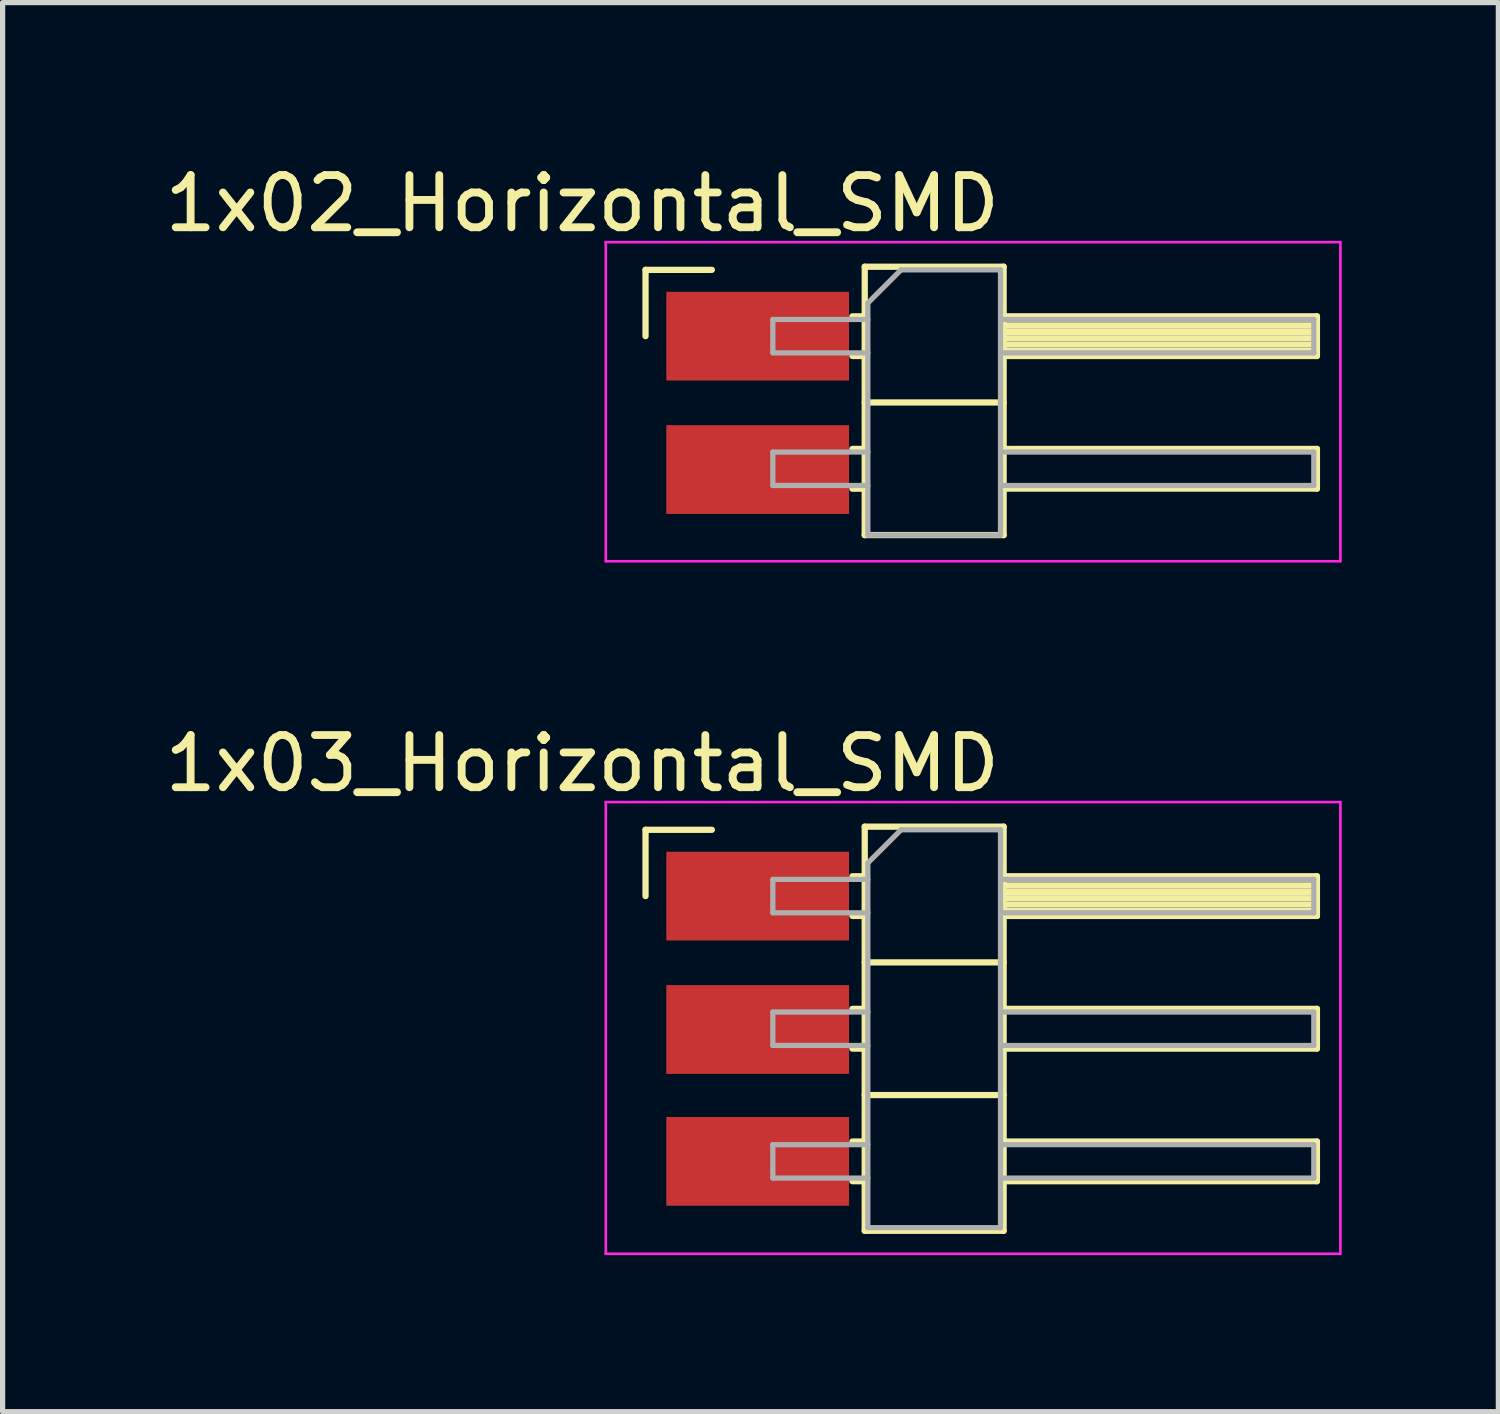
<source format=kicad_pcb>
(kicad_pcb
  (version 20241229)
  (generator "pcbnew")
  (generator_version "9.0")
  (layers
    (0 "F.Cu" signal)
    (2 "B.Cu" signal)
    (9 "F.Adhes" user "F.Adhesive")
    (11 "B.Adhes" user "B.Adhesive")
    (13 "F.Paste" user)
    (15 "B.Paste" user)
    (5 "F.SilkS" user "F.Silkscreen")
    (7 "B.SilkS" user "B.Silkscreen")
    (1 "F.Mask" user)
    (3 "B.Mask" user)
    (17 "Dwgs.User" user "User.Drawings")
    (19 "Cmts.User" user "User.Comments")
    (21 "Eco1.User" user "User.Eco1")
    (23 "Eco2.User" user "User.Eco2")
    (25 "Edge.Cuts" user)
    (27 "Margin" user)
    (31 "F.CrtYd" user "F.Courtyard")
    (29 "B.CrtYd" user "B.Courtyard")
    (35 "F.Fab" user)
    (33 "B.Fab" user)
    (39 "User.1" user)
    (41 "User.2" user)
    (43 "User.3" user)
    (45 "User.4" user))
  (footprint "1x02_Horizontal_SMD"
    (layer "F.Cu")
    (at 12.361 0.848)
    (property "Reference" "1x02_Horizontal_SMD" (at -4.26 0 0) (unlocked yes) (layer "F.SilkS") (effects (font (size 1 1) (thickness 0.15))))
    (attr smd)
    (fp_line (start -3.048 1.27) (end -1.778 1.27) (stroke (width 0.12) (type solid)) (layer "F.SilkS"))
    (fp_line (start -3.048 2.54) (end -3.048 1.27) (stroke (width 0.12) (type solid)) (layer "F.SilkS"))
    (fp_line (start 0.914 2.16) (end 1.15 2.16) (stroke (width 0.12) (type solid)) (layer "F.SilkS"))
    (fp_line (start 0.914 2.92) (end 1.15 2.92) (stroke (width 0.12) (type solid)) (layer "F.SilkS"))
    (fp_line (start 0.914 4.7) (end 1.15 4.7) (stroke (width 0.12) (type solid)) (layer "F.SilkS"))
    (fp_line (start 0.914 5.461) (end 1.15 5.46) (stroke (width 0.12) (type solid)) (layer "F.SilkS"))
    (fp_line (start 1.15 1.21) (end 1.15 6.35) (stroke (width 0.12) (type solid)) (layer "F.SilkS"))
    (fp_line (start 1.15 3.81) (end 3.81 3.81) (stroke (width 0.12) (type solid)) (layer "F.SilkS"))
    (fp_line (start 1.15 6.35) (end 3.81 6.35) (stroke (width 0.12) (type solid)) (layer "F.SilkS"))
    (fp_line (start 3.81 1.21) (end 1.15 1.21) (stroke (width 0.12) (type solid)) (layer "F.SilkS"))
    (fp_line (start 3.81 2.16) (end 9.81 2.16) (stroke (width 0.12) (type solid)) (layer "F.SilkS"))
    (fp_line (start 3.81 2.22) (end 9.81 2.22) (stroke (width 0.12) (type solid)) (layer "F.SilkS"))
    (fp_line (start 3.81 2.34) (end 9.81 2.34) (stroke (width 0.12) (type solid)) (layer "F.SilkS"))
    (fp_line (start 3.81 2.46) (end 9.81 2.46) (stroke (width 0.12) (type solid)) (layer "F.SilkS"))
    (fp_line (start 3.81 2.58) (end 9.81 2.58) (stroke (width 0.12) (type solid)) (layer "F.SilkS"))
    (fp_line (start 3.81 2.7) (end 9.81 2.7) (stroke (width 0.12) (type solid)) (layer "F.SilkS"))
    (fp_line (start 3.81 2.82) (end 9.81 2.82) (stroke (width 0.12) (type solid)) (layer "F.SilkS"))
    (fp_line (start 3.81 4.7) (end 9.81 4.7) (stroke (width 0.12) (type solid)) (layer "F.SilkS"))
    (fp_line (start 3.81 6.35) (end 3.81 1.21) (stroke (width 0.12) (type solid)) (layer "F.SilkS"))
    (fp_line (start 9.81 2.16) (end 9.81 2.92) (stroke (width 0.12) (type solid)) (layer "F.SilkS"))
    (fp_line (start 9.81 2.92) (end 3.81 2.92) (stroke (width 0.12) (type solid)) (layer "F.SilkS"))
    (fp_line (start 9.81 4.7) (end 9.81 5.46) (stroke (width 0.12) (type solid)) (layer "F.SilkS"))
    (fp_line (start 9.81 5.46) (end 3.81 5.46) (stroke (width 0.12) (type solid)) (layer "F.SilkS"))
    (fp_line (start -3.81 0.74) (end -3.81 6.85) (stroke (width 0.05) (type solid)) (layer "F.CrtYd"))
    (fp_line (start -3.81 6.85) (end 10.26 6.85) (stroke (width 0.05) (type solid)) (layer "F.CrtYd"))
    (fp_line (start 10.26 0.74) (end -3.81 0.74) (stroke (width 0.05) (type solid)) (layer "F.CrtYd"))
    (fp_line (start 10.26 6.85) (end 10.26 0.74) (stroke (width 0.05) (type solid)) (layer "F.CrtYd"))
    (fp_line (start -0.61 2.22) (end -0.61 2.86) (stroke (width 0.1) (type solid)) (layer "F.Fab"))
    (fp_line (start -0.61 2.22) (end 1.21 2.22) (stroke (width 0.1) (type solid)) (layer "F.Fab"))
    (fp_line (start -0.61 2.86) (end 1.21 2.86) (stroke (width 0.1) (type solid)) (layer "F.Fab"))
    (fp_line (start -0.61 4.76) (end -0.61 5.4) (stroke (width 0.1) (type solid)) (layer "F.Fab"))
    (fp_line (start -0.61 4.76) (end 1.21 4.76) (stroke (width 0.1) (type solid)) (layer "F.Fab"))
    (fp_line (start -0.61 5.4) (end 1.21 5.4) (stroke (width 0.1) (type solid)) (layer "F.Fab"))
    (fp_line (start 1.21 1.905) (end 1.845 1.27) (stroke (width 0.1) (type solid)) (layer "F.Fab"))
    (fp_line (start 1.21 6.35) (end 1.21 1.905) (stroke (width 0.1) (type solid)) (layer "F.Fab"))
    (fp_line (start 1.845 1.27) (end 3.75 1.27) (stroke (width 0.1) (type solid)) (layer "F.Fab"))
    (fp_line (start 3.75 1.27) (end 3.75 6.35) (stroke (width 0.1) (type solid)) (layer "F.Fab"))
    (fp_line (start 3.75 2.22) (end 9.75 2.22) (stroke (width 0.1) (type solid)) (layer "F.Fab"))
    (fp_line (start 3.75 2.86) (end 9.75 2.86) (stroke (width 0.1) (type solid)) (layer "F.Fab"))
    (fp_line (start 3.75 4.76) (end 9.75 4.76) (stroke (width 0.1) (type solid)) (layer "F.Fab"))
    (fp_line (start 3.75 5.4) (end 9.75 5.4) (stroke (width 0.1) (type solid)) (layer "F.Fab"))
    (fp_line (start 3.75 6.35) (end 1.21 6.35) (stroke (width 0.1) (type solid)) (layer "F.Fab"))
    (fp_line (start 9.75 2.22) (end 9.75 2.86) (stroke (width 0.1) (type solid)) (layer "F.Fab"))
    (fp_line (start 9.75 4.76) (end 9.75 5.4) (stroke (width 0.1) (type solid)) (layer "F.Fab"))
    (pad "1" smd rect (at 0 2.54) (size 3.5 1.7) (drill (offset -0.9 0)) (layers "F.Cu" "F.Mask"))
    (pad "2" smd rect (at 0 5.095) (size 3.5 1.7) (drill (offset -0.9 0)) (layers "F.Cu" "F.Mask")))
  (footprint "1x03_Horizontal_SMD"
    (layer "F.Cu")
    (at 12.361 11.572)
    (property "Reference" "1x03_Horizontal_SMD" (at -4.26 0 0) (unlocked yes) (layer "F.SilkS") (effects (font (size 1 1) (thickness 0.15))))
    (attr smd)
    (fp_line (start -3.048 1.27) (end -1.778 1.27) (stroke (width 0.12) (type solid)) (layer "F.SilkS"))
    (fp_line (start -3.048 2.54) (end -3.048 1.27) (stroke (width 0.12) (type solid)) (layer "F.SilkS"))
    (fp_line (start 0.914 2.16) (end 1.15 2.16) (stroke (width 0.12) (type solid)) (layer "F.SilkS"))
    (fp_line (start 0.914 2.92) (end 1.15 2.92) (stroke (width 0.12) (type solid)) (layer "F.SilkS"))
    (fp_line (start 0.914 4.7) (end 1.15 4.7) (stroke (width 0.12) (type solid)) (layer "F.SilkS"))
    (fp_line (start 0.914 5.461) (end 1.15 5.46) (stroke (width 0.12) (type solid)) (layer "F.SilkS"))
    (fp_line (start 0.914 7.24) (end 1.15 7.24) (stroke (width 0.12) (type solid)) (layer "F.SilkS"))
    (fp_line (start 0.914 8) (end 1.15 8) (stroke (width 0.12) (type solid)) (layer "F.SilkS"))
    (fp_line (start 1.15 1.21) (end 1.15 8.95) (stroke (width 0.12) (type solid)) (layer "F.SilkS"))
    (fp_line (start 1.15 3.81) (end 3.81 3.81) (stroke (width 0.12) (type solid)) (layer "F.SilkS"))
    (fp_line (start 1.15 6.35) (end 3.81 6.35) (stroke (width 0.12) (type solid)) (layer "F.SilkS"))
    (fp_line (start 1.15 8.95) (end 3.81 8.95) (stroke (width 0.12) (type solid)) (layer "F.SilkS"))
    (fp_line (start 3.81 1.21) (end 1.15 1.21) (stroke (width 0.12) (type solid)) (layer "F.SilkS"))
    (fp_line (start 3.81 2.16) (end 9.81 2.16) (stroke (width 0.12) (type solid)) (layer "F.SilkS"))
    (fp_line (start 3.81 2.22) (end 9.81 2.22) (stroke (width 0.12) (type solid)) (layer "F.SilkS"))
    (fp_line (start 3.81 2.34) (end 9.81 2.34) (stroke (width 0.12) (type solid)) (layer "F.SilkS"))
    (fp_line (start 3.81 2.46) (end 9.81 2.46) (stroke (width 0.12) (type solid)) (layer "F.SilkS"))
    (fp_line (start 3.81 2.58) (end 9.81 2.58) (stroke (width 0.12) (type solid)) (layer "F.SilkS"))
    (fp_line (start 3.81 2.7) (end 9.81 2.7) (stroke (width 0.12) (type solid)) (layer "F.SilkS"))
    (fp_line (start 3.81 2.82) (end 9.81 2.82) (stroke (width 0.12) (type solid)) (layer "F.SilkS"))
    (fp_line (start 3.81 4.7) (end 9.81 4.7) (stroke (width 0.12) (type solid)) (layer "F.SilkS"))
    (fp_line (start 3.81 7.24) (end 9.81 7.24) (stroke (width 0.12) (type solid)) (layer "F.SilkS"))
    (fp_line (start 3.81 8.95) (end 3.81 1.21) (stroke (width 0.12) (type solid)) (layer "F.SilkS"))
    (fp_line (start 9.81 2.16) (end 9.81 2.92) (stroke (width 0.12) (type solid)) (layer "F.SilkS"))
    (fp_line (start 9.81 2.92) (end 3.81 2.92) (stroke (width 0.12) (type solid)) (layer "F.SilkS"))
    (fp_line (start 9.81 4.7) (end 9.81 5.46) (stroke (width 0.12) (type solid)) (layer "F.SilkS"))
    (fp_line (start 9.81 5.46) (end 3.81 5.46) (stroke (width 0.12) (type solid)) (layer "F.SilkS"))
    (fp_line (start 9.81 7.24) (end 9.81 8) (stroke (width 0.12) (type solid)) (layer "F.SilkS"))
    (fp_line (start 9.81 8) (end 3.81 8) (stroke (width 0.12) (type solid)) (layer "F.SilkS"))
    (fp_line (start -3.81 0.74) (end -3.81 9.39) (stroke (width 0.05) (type solid)) (layer "F.CrtYd"))
    (fp_line (start -3.81 9.39) (end 10.26 9.39) (stroke (width 0.05) (type solid)) (layer "F.CrtYd"))
    (fp_line (start 10.26 0.74) (end -3.81 0.74) (stroke (width 0.05) (type solid)) (layer "F.CrtYd"))
    (fp_line (start 10.26 9.39) (end 10.26 0.74) (stroke (width 0.05) (type solid)) (layer "F.CrtYd"))
    (fp_line (start -0.61 2.22) (end -0.61 2.86) (stroke (width 0.1) (type solid)) (layer "F.Fab"))
    (fp_line (start -0.61 2.22) (end 1.21 2.22) (stroke (width 0.1) (type solid)) (layer "F.Fab"))
    (fp_line (start -0.61 2.86) (end 1.21 2.86) (stroke (width 0.1) (type solid)) (layer "F.Fab"))
    (fp_line (start -0.61 4.76) (end -0.61 5.4) (stroke (width 0.1) (type solid)) (layer "F.Fab"))
    (fp_line (start -0.61 4.76) (end 1.21 4.76) (stroke (width 0.1) (type solid)) (layer "F.Fab"))
    (fp_line (start -0.61 5.4) (end 1.21 5.4) (stroke (width 0.1) (type solid)) (layer "F.Fab"))
    (fp_line (start -0.61 7.3) (end -0.61 7.94) (stroke (width 0.1) (type solid)) (layer "F.Fab"))
    (fp_line (start -0.61 7.3) (end 1.21 7.3) (stroke (width 0.1) (type solid)) (layer "F.Fab"))
    (fp_line (start -0.61 7.94) (end 1.21 7.94) (stroke (width 0.1) (type solid)) (layer "F.Fab"))
    (fp_line (start 1.21 1.905) (end 1.845 1.27) (stroke (width 0.1) (type solid)) (layer "F.Fab"))
    (fp_line (start 1.21 8.89) (end 1.21 1.905) (stroke (width 0.1) (type solid)) (layer "F.Fab"))
    (fp_line (start 1.845 1.27) (end 3.75 1.27) (stroke (width 0.1) (type solid)) (layer "F.Fab"))
    (fp_line (start 3.75 1.27) (end 3.75 8.89) (stroke (width 0.1) (type solid)) (layer "F.Fab"))
    (fp_line (start 3.75 2.22) (end 9.75 2.22) (stroke (width 0.1) (type solid)) (layer "F.Fab"))
    (fp_line (start 3.75 2.86) (end 9.75 2.86) (stroke (width 0.1) (type solid)) (layer "F.Fab"))
    (fp_line (start 3.75 4.76) (end 9.75 4.76) (stroke (width 0.1) (type solid)) (layer "F.Fab"))
    (fp_line (start 3.75 5.4) (end 9.75 5.4) (stroke (width 0.1) (type solid)) (layer "F.Fab"))
    (fp_line (start 3.75 7.3) (end 9.75 7.3) (stroke (width 0.1) (type solid)) (layer "F.Fab"))
    (fp_line (start 3.75 7.94) (end 9.75 7.94) (stroke (width 0.1) (type solid)) (layer "F.Fab"))
    (fp_line (start 3.75 8.89) (end 1.21 8.89) (stroke (width 0.1) (type solid)) (layer "F.Fab"))
    (fp_line (start 9.75 2.22) (end 9.75 2.86) (stroke (width 0.1) (type solid)) (layer "F.Fab"))
    (fp_line (start 9.75 4.76) (end 9.75 5.4) (stroke (width 0.1) (type solid)) (layer "F.Fab"))
    (fp_line (start 9.75 7.3) (end 9.75 7.94) (stroke (width 0.1) (type solid)) (layer "F.Fab"))
    (pad "1" smd rect (at 0 2.54) (size 3.5 1.7) (drill (offset -0.9 0)) (layers "F.Cu" "F.Mask"))
    (pad "2" smd rect (at 0 5.095) (size 3.5 1.7) (drill (offset -0.9 0)) (layers "F.Cu" "F.Mask"))
    (pad "3" smd rect (at 0 7.62) (size 3.5 1.7) (drill (offset -0.9 0)) (layers "F.Cu" "F.Mask")))
  (gr_rect
    (start -3 -3)
    (end 25.646 23.986)
    (stroke (width 0.1) (type default))
    (fill no)
    (layer "Edge.Cuts")))
</source>
